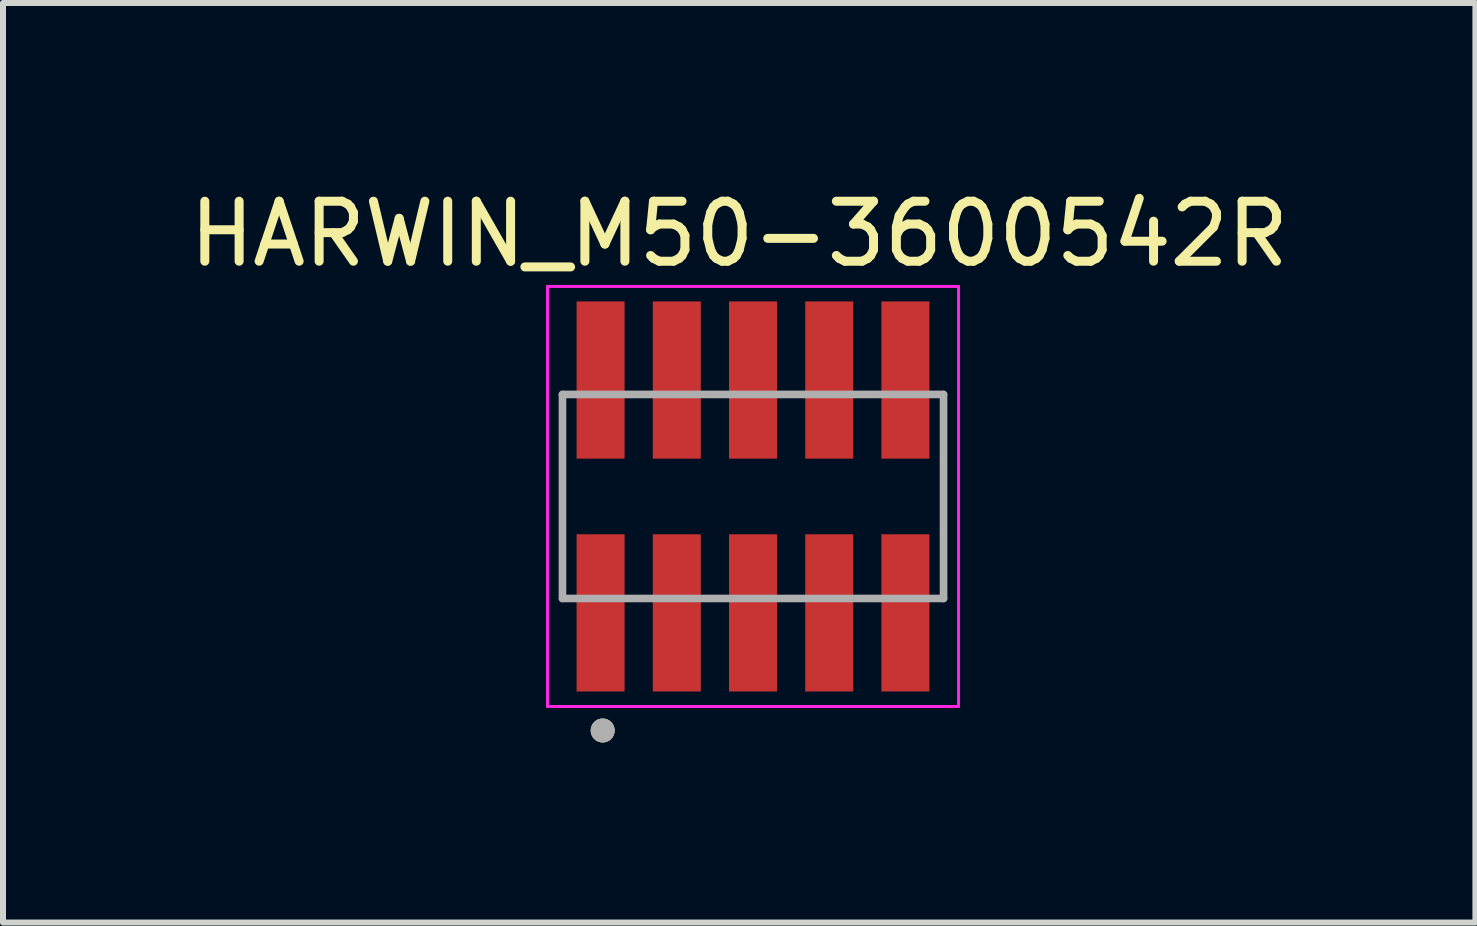
<source format=kicad_pcb>
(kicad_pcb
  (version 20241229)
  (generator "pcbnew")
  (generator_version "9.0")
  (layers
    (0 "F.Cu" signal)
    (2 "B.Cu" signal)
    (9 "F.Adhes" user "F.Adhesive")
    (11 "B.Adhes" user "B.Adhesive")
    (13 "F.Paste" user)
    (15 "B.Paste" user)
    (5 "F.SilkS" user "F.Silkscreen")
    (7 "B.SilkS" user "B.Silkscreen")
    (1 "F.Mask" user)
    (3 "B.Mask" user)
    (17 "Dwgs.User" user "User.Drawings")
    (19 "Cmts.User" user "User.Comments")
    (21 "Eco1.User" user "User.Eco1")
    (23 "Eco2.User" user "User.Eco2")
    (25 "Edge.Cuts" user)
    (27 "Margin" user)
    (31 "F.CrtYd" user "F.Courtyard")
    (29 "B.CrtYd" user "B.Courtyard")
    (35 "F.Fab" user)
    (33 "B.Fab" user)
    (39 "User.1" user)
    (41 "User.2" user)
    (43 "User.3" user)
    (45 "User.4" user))
  (footprint "HARWIN_M50-3600542R"
    (layer "F.Cu")
    (at 9.498 5.223)
    (property "Reference" "HARWIN_M50-3600542R" (at -0.23 -4.375 0) (layer "F.SilkS") (effects (font (size 1 1) (thickness 0.15))))
    (attr smd)
    (fp_circle (center -2.505 3.9) (end -2.405 3.9) (stroke (width 0.2) (type solid)) (fill no) (layer "F.SilkS"))
    (fp_line (start -3.425 -3.5) (end -3.425 3.5) (stroke (width 0.05) (type solid)) (layer "F.CrtYd"))
    (fp_line (start -3.425 3.5) (end 3.425 3.5) (stroke (width 0.05) (type solid)) (layer "F.CrtYd"))
    (fp_line (start 3.425 -3.5) (end -3.425 -3.5) (stroke (width 0.05) (type solid)) (layer "F.CrtYd"))
    (fp_line (start 3.425 3.5) (end 3.425 -3.5) (stroke (width 0.05) (type solid)) (layer "F.CrtYd"))
    (fp_line (start -3.175 -1.7) (end -3.175 1.7) (stroke (width 0.127) (type solid)) (layer "F.Fab"))
    (fp_line (start -3.175 1.7) (end 3.175 1.7) (stroke (width 0.127) (type solid)) (layer "F.Fab"))
    (fp_line (start 3.175 -1.7) (end -3.175 -1.7) (stroke (width 0.127) (type solid)) (layer "F.Fab"))
    (fp_line (start 3.175 1.7) (end 3.175 -1.7) (stroke (width 0.127) (type solid)) (layer "F.Fab"))
    (fp_circle (center -2.505 3.9) (end -2.405 3.9) (stroke (width 0.2) (type solid)) (fill no) (layer "F.Fab"))
    (pad "1" smd rect (at -2.54 1.94) (size 0.8 2.62) (layers "F.Cu" "F.Mask" "F.Paste"))
    (pad "2" smd rect (at -2.54 -1.94) (size 0.8 2.62) (layers "F.Cu" "F.Mask" "F.Paste"))
    (pad "3" smd rect (at -1.27 1.94) (size 0.8 2.62) (layers "F.Cu" "F.Mask" "F.Paste"))
    (pad "4" smd rect (at -1.27 -1.94) (size 0.8 2.62) (layers "F.Cu" "F.Mask" "F.Paste"))
    (pad "5" smd rect (at 0 1.94) (size 0.8 2.62) (layers "F.Cu" "F.Mask" "F.Paste"))
    (pad "6" smd rect (at 0 -1.94) (size 0.8 2.62) (layers "F.Cu" "F.Mask" "F.Paste"))
    (pad "7" smd rect (at 1.27 1.94) (size 0.8 2.62) (layers "F.Cu" "F.Mask" "F.Paste"))
    (pad "8" smd rect (at 1.27 -1.94) (size 0.8 2.62) (layers "F.Cu" "F.Mask" "F.Paste"))
    (pad "9" smd rect (at 2.54 1.94) (size 0.8 2.62) (layers "F.Cu" "F.Mask" "F.Paste"))
    (pad "10" smd rect (at 2.54 -1.94) (size 0.8 2.62) (layers "F.Cu" "F.Mask" "F.Paste")))
  (gr_rect
    (start -3 -3)
    (end 21.536 12.323)
    (stroke (width 0.1) (type default))
    (fill no)
    (layer "Edge.Cuts")))
</source>
